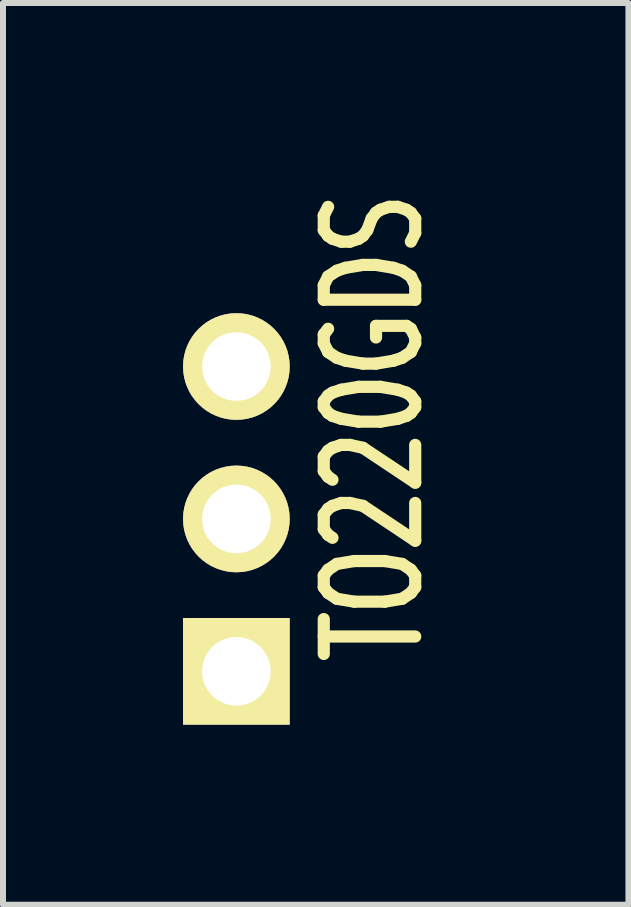
<source format=kicad_pcb>
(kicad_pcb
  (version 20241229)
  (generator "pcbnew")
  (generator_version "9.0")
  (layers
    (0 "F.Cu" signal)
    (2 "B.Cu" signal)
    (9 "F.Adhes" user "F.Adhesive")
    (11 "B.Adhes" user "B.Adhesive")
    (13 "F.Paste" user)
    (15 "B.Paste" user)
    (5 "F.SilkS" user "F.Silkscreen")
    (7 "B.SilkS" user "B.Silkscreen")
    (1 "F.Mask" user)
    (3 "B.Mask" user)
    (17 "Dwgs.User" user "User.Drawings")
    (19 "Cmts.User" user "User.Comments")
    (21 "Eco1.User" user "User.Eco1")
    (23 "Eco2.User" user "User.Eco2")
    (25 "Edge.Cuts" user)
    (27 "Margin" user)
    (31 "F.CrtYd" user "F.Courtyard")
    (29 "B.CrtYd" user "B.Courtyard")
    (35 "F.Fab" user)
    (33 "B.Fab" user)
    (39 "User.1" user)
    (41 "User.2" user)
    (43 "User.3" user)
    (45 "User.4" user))
  (footprint "TO220GDS"
    (layer "F.Cu")
    (at 0.889 5.598)
    (property "Reference" "TO220GDS" (at 2.286 -1.524 90) (layer "F.SilkS") (effects (font (size 1.524 1.016) (thickness 0.203))))
    (attr through_hole)
    (pad "D" thru_hole circle (at 0 0) (size 1.778 1.778) (drill 1.143) (layers "*.Cu" "*.Mask" "F.SilkS"))
    (pad "G" thru_hole circle (at 0 -2.54) (size 1.778 1.778) (drill 1.143) (layers "*.Cu" "*.Mask" "F.SilkS"))
    (pad "S" thru_hole rect (at 0 2.54) (size 1.778 1.778) (drill 1.143) (layers "*.Cu" "*.Mask" "F.SilkS")))
  (gr_rect
    (start -3 -3)
    (end 7.423 12.027)
    (stroke (width 0.1) (type default))
    (fill no)
    (layer "Edge.Cuts")))
</source>
